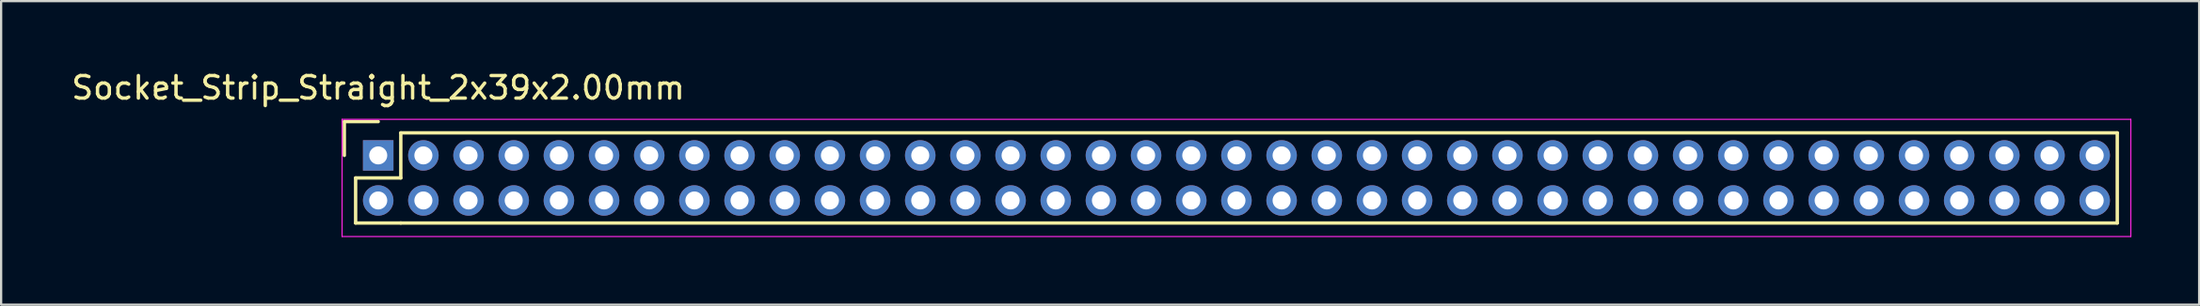
<source format=kicad_pcb>
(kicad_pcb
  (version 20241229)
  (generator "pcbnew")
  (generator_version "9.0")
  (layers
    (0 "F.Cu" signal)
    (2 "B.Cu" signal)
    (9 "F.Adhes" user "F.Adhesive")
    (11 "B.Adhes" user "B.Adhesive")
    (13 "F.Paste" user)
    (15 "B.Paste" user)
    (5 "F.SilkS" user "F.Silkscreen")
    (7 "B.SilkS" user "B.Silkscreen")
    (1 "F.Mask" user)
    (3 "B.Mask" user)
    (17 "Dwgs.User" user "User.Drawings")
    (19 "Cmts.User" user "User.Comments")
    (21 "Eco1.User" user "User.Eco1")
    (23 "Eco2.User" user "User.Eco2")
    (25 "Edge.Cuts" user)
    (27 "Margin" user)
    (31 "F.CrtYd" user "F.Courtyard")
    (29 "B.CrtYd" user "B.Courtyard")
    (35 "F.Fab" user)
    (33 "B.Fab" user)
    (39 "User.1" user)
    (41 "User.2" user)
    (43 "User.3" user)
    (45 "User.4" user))
  (footprint "Socket_Strip_Straight_2x39x2.00mm"
    (layer "F.Cu")
    (at 13.696 3.848)
    (property "Reference" "Socket_Strip_Straight_2x39x2.00mm" (at 0 -3 0) (layer "F.SilkS") (effects (font (size 1 1) (thickness 0.15))))
    (attr through_hole)
    (fp_line (start -1.5 -1.5) (end -1.5 0) (stroke (width 0.15) (type solid)) (layer "F.SilkS"))
    (fp_line (start -1 1) (end -1 3) (stroke (width 0.15) (type solid)) (layer "F.SilkS"))
    (fp_line (start -1 3) (end 1 3) (stroke (width 0.15) (type solid)) (layer "F.SilkS"))
    (fp_line (start 0 -1.5) (end -1.5 -1.5) (stroke (width 0.15) (type solid)) (layer "F.SilkS"))
    (fp_line (start 1 -1) (end 1 1) (stroke (width 0.15) (type solid)) (layer "F.SilkS"))
    (fp_line (start 1 1) (end -1 1) (stroke (width 0.15) (type solid)) (layer "F.SilkS"))
    (fp_line (start 1 3) (end 77 3) (stroke (width 0.15) (type solid)) (layer "F.SilkS"))
    (fp_line (start 77 -1) (end 1 -1) (stroke (width 0.15) (type solid)) (layer "F.SilkS"))
    (fp_line (start 77 3) (end 77 -1) (stroke (width 0.15) (type solid)) (layer "F.SilkS"))
    (fp_line (start -1.6 -1.6) (end -1.6 3.6) (stroke (width 0.05) (type solid)) (layer "F.CrtYd"))
    (fp_line (start -1.6 3.6) (end 77.6 3.6) (stroke (width 0.05) (type solid)) (layer "F.CrtYd"))
    (fp_line (start 77.6 -1.6) (end -1.6 -1.6) (stroke (width 0.05) (type solid)) (layer "F.CrtYd"))
    (fp_line (start 77.6 3.6) (end 77.6 -1.6) (stroke (width 0.05) (type solid)) (layer "F.CrtYd"))
    (pad "1" thru_hole rect (at 0 0) (size 1.35 1.35) (drill 0.8) (layers "*.Cu" "*.Mask"))
    (pad "2" thru_hole circle (at 0 2) (size 1.35 1.35) (drill 0.8) (layers "*.Cu" "*.Mask"))
    (pad "3" thru_hole circle (at 2 0) (size 1.35 1.35) (drill 0.8) (layers "*.Cu" "*.Mask"))
    (pad "4" thru_hole circle (at 2 2) (size 1.35 1.35) (drill 0.8) (layers "*.Cu" "*.Mask"))
    (pad "5" thru_hole circle (at 4 0) (size 1.35 1.35) (drill 0.8) (layers "*.Cu" "*.Mask"))
    (pad "6" thru_hole circle (at 4 2) (size 1.35 1.35) (drill 0.8) (layers "*.Cu" "*.Mask"))
    (pad "7" thru_hole circle (at 6 0) (size 1.35 1.35) (drill 0.8) (layers "*.Cu" "*.Mask"))
    (pad "8" thru_hole circle (at 6 2) (size 1.35 1.35) (drill 0.8) (layers "*.Cu" "*.Mask"))
    (pad "9" thru_hole circle (at 8 0) (size 1.35 1.35) (drill 0.8) (layers "*.Cu" "*.Mask"))
    (pad "10" thru_hole circle (at 8 2) (size 1.35 1.35) (drill 0.8) (layers "*.Cu" "*.Mask"))
    (pad "11" thru_hole circle (at 10 0) (size 1.35 1.35) (drill 0.8) (layers "*.Cu" "*.Mask"))
    (pad "12" thru_hole circle (at 10 2) (size 1.35 1.35) (drill 0.8) (layers "*.Cu" "*.Mask"))
    (pad "13" thru_hole circle (at 12 0) (size 1.35 1.35) (drill 0.8) (layers "*.Cu" "*.Mask"))
    (pad "14" thru_hole circle (at 12 2) (size 1.35 1.35) (drill 0.8) (layers "*.Cu" "*.Mask"))
    (pad "15" thru_hole circle (at 14 0) (size 1.35 1.35) (drill 0.8) (layers "*.Cu" "*.Mask"))
    (pad "16" thru_hole circle (at 14 2) (size 1.35 1.35) (drill 0.8) (layers "*.Cu" "*.Mask"))
    (pad "17" thru_hole circle (at 16 0) (size 1.35 1.35) (drill 0.8) (layers "*.Cu" "*.Mask"))
    (pad "18" thru_hole circle (at 16 2) (size 1.35 1.35) (drill 0.8) (layers "*.Cu" "*.Mask"))
    (pad "19" thru_hole circle (at 18 0) (size 1.35 1.35) (drill 0.8) (layers "*.Cu" "*.Mask"))
    (pad "20" thru_hole circle (at 18 2) (size 1.35 1.35) (drill 0.8) (layers "*.Cu" "*.Mask"))
    (pad "21" thru_hole circle (at 20 0) (size 1.35 1.35) (drill 0.8) (layers "*.Cu" "*.Mask"))
    (pad "22" thru_hole circle (at 20 2) (size 1.35 1.35) (drill 0.8) (layers "*.Cu" "*.Mask"))
    (pad "23" thru_hole circle (at 22 0) (size 1.35 1.35) (drill 0.8) (layers "*.Cu" "*.Mask"))
    (pad "24" thru_hole circle (at 22 2) (size 1.35 1.35) (drill 0.8) (layers "*.Cu" "*.Mask"))
    (pad "25" thru_hole circle (at 24 0) (size 1.35 1.35) (drill 0.8) (layers "*.Cu" "*.Mask"))
    (pad "26" thru_hole circle (at 24 2) (size 1.35 1.35) (drill 0.8) (layers "*.Cu" "*.Mask"))
    (pad "27" thru_hole circle (at 26 0) (size 1.35 1.35) (drill 0.8) (layers "*.Cu" "*.Mask"))
    (pad "28" thru_hole circle (at 26 2) (size 1.35 1.35) (drill 0.8) (layers "*.Cu" "*.Mask"))
    (pad "29" thru_hole circle (at 28 0) (size 1.35 1.35) (drill 0.8) (layers "*.Cu" "*.Mask"))
    (pad "30" thru_hole circle (at 28 2) (size 1.35 1.35) (drill 0.8) (layers "*.Cu" "*.Mask"))
    (pad "31" thru_hole circle (at 30 0) (size 1.35 1.35) (drill 0.8) (layers "*.Cu" "*.Mask"))
    (pad "32" thru_hole circle (at 30 2) (size 1.35 1.35) (drill 0.8) (layers "*.Cu" "*.Mask"))
    (pad "33" thru_hole circle (at 32 0) (size 1.35 1.35) (drill 0.8) (layers "*.Cu" "*.Mask"))
    (pad "34" thru_hole circle (at 32 2) (size 1.35 1.35) (drill 0.8) (layers "*.Cu" "*.Mask"))
    (pad "35" thru_hole circle (at 34 0) (size 1.35 1.35) (drill 0.8) (layers "*.Cu" "*.Mask"))
    (pad "36" thru_hole circle (at 34 2) (size 1.35 1.35) (drill 0.8) (layers "*.Cu" "*.Mask"))
    (pad "37" thru_hole circle (at 36 0) (size 1.35 1.35) (drill 0.8) (layers "*.Cu" "*.Mask"))
    (pad "38" thru_hole circle (at 36 2) (size 1.35 1.35) (drill 0.8) (layers "*.Cu" "*.Mask"))
    (pad "39" thru_hole circle (at 38 0) (size 1.35 1.35) (drill 0.8) (layers "*.Cu" "*.Mask"))
    (pad "40" thru_hole circle (at 38 2) (size 1.35 1.35) (drill 0.8) (layers "*.Cu" "*.Mask"))
    (pad "41" thru_hole circle (at 40 0) (size 1.35 1.35) (drill 0.8) (layers "*.Cu" "*.Mask"))
    (pad "42" thru_hole circle (at 40 2) (size 1.35 1.35) (drill 0.8) (layers "*.Cu" "*.Mask"))
    (pad "43" thru_hole circle (at 42 0) (size 1.35 1.35) (drill 0.8) (layers "*.Cu" "*.Mask"))
    (pad "44" thru_hole circle (at 42 2) (size 1.35 1.35) (drill 0.8) (layers "*.Cu" "*.Mask"))
    (pad "45" thru_hole circle (at 44 0) (size 1.35 1.35) (drill 0.8) (layers "*.Cu" "*.Mask"))
    (pad "46" thru_hole circle (at 44 2) (size 1.35 1.35) (drill 0.8) (layers "*.Cu" "*.Mask"))
    (pad "47" thru_hole circle (at 46 0) (size 1.35 1.35) (drill 0.8) (layers "*.Cu" "*.Mask"))
    (pad "48" thru_hole circle (at 46 2) (size 1.35 1.35) (drill 0.8) (layers "*.Cu" "*.Mask"))
    (pad "49" thru_hole circle (at 48 0) (size 1.35 1.35) (drill 0.8) (layers "*.Cu" "*.Mask"))
    (pad "50" thru_hole circle (at 48 2) (size 1.35 1.35) (drill 0.8) (layers "*.Cu" "*.Mask"))
    (pad "51" thru_hole circle (at 50 0) (size 1.35 1.35) (drill 0.8) (layers "*.Cu" "*.Mask"))
    (pad "52" thru_hole circle (at 50 2) (size 1.35 1.35) (drill 0.8) (layers "*.Cu" "*.Mask"))
    (pad "53" thru_hole circle (at 52 0) (size 1.35 1.35) (drill 0.8) (layers "*.Cu" "*.Mask"))
    (pad "54" thru_hole circle (at 52 2) (size 1.35 1.35) (drill 0.8) (layers "*.Cu" "*.Mask"))
    (pad "55" thru_hole circle (at 54 0) (size 1.35 1.35) (drill 0.8) (layers "*.Cu" "*.Mask"))
    (pad "56" thru_hole circle (at 54 2) (size 1.35 1.35) (drill 0.8) (layers "*.Cu" "*.Mask"))
    (pad "57" thru_hole circle (at 56 0) (size 1.35 1.35) (drill 0.8) (layers "*.Cu" "*.Mask"))
    (pad "58" thru_hole circle (at 56 2) (size 1.35 1.35) (drill 0.8) (layers "*.Cu" "*.Mask"))
    (pad "59" thru_hole circle (at 58 0) (size 1.35 1.35) (drill 0.8) (layers "*.Cu" "*.Mask"))
    (pad "60" thru_hole circle (at 58 2) (size 1.35 1.35) (drill 0.8) (layers "*.Cu" "*.Mask"))
    (pad "61" thru_hole circle (at 60 0) (size 1.35 1.35) (drill 0.8) (layers "*.Cu" "*.Mask"))
    (pad "62" thru_hole circle (at 60 2) (size 1.35 1.35) (drill 0.8) (layers "*.Cu" "*.Mask"))
    (pad "63" thru_hole circle (at 62 0) (size 1.35 1.35) (drill 0.8) (layers "*.Cu" "*.Mask"))
    (pad "64" thru_hole circle (at 62 2) (size 1.35 1.35) (drill 0.8) (layers "*.Cu" "*.Mask"))
    (pad "65" thru_hole circle (at 64 0) (size 1.35 1.35) (drill 0.8) (layers "*.Cu" "*.Mask"))
    (pad "66" thru_hole circle (at 64 2) (size 1.35 1.35) (drill 0.8) (layers "*.Cu" "*.Mask"))
    (pad "67" thru_hole circle (at 66 0) (size 1.35 1.35) (drill 0.8) (layers "*.Cu" "*.Mask"))
    (pad "68" thru_hole circle (at 66 2) (size 1.35 1.35) (drill 0.8) (layers "*.Cu" "*.Mask"))
    (pad "69" thru_hole circle (at 68 0) (size 1.35 1.35) (drill 0.8) (layers "*.Cu" "*.Mask"))
    (pad "70" thru_hole circle (at 68 2) (size 1.35 1.35) (drill 0.8) (layers "*.Cu" "*.Mask"))
    (pad "71" thru_hole circle (at 70 0) (size 1.35 1.35) (drill 0.8) (layers "*.Cu" "*.Mask"))
    (pad "72" thru_hole circle (at 70 2) (size 1.35 1.35) (drill 0.8) (layers "*.Cu" "*.Mask"))
    (pad "73" thru_hole circle (at 72 0) (size 1.35 1.35) (drill 0.8) (layers "*.Cu" "*.Mask"))
    (pad "74" thru_hole circle (at 72 2) (size 1.35 1.35) (drill 0.8) (layers "*.Cu" "*.Mask"))
    (pad "75" thru_hole circle (at 74 0) (size 1.35 1.35) (drill 0.8) (layers "*.Cu" "*.Mask"))
    (pad "76" thru_hole circle (at 74 2) (size 1.35 1.35) (drill 0.8) (layers "*.Cu" "*.Mask"))
    (pad "77" thru_hole circle (at 76 0) (size 1.35 1.35) (drill 0.8) (layers "*.Cu" "*.Mask"))
    (pad "78" thru_hole circle (at 76 2) (size 1.35 1.35) (drill 0.8) (layers "*.Cu" "*.Mask")))
  (gr_rect
    (start -3 -3)
    (end 94.321 10.473)
    (stroke (width 0.1) (type default))
    (fill no)
    (layer "Edge.Cuts")))
</source>
